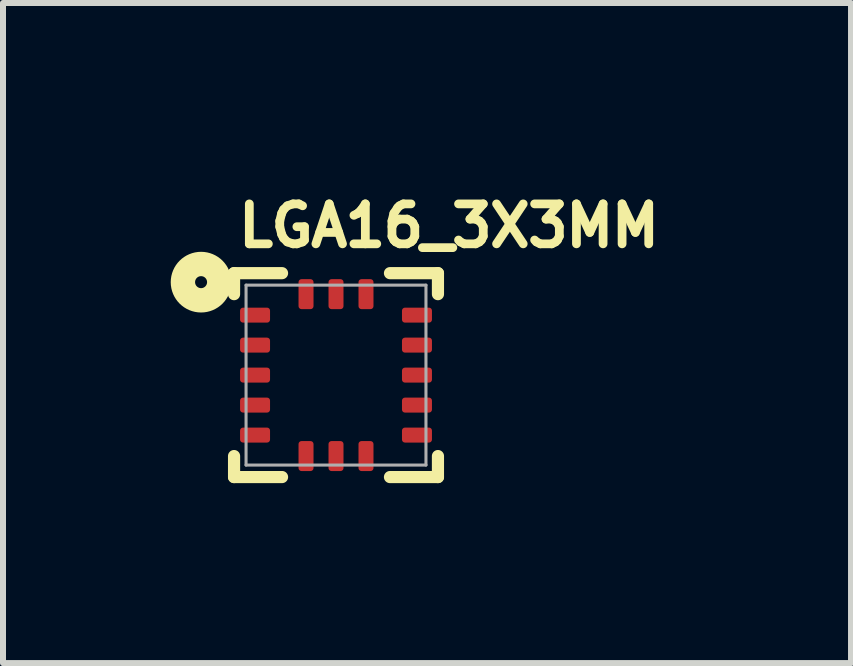
<source format=kicad_pcb>
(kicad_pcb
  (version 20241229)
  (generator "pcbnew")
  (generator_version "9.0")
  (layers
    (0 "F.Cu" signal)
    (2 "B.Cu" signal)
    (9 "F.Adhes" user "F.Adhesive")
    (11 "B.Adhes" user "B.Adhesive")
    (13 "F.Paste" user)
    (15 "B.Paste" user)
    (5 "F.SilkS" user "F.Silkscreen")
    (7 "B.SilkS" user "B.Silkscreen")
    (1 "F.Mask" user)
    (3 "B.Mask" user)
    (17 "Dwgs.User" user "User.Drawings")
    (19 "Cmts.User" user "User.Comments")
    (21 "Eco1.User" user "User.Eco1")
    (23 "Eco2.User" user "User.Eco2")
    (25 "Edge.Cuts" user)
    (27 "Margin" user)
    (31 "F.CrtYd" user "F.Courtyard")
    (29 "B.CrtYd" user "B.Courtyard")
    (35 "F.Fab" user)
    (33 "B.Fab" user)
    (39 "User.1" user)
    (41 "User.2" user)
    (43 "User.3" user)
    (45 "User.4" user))
  (footprint "LGA16_3X3MM"
    (layer "F.Cu")
    (at 2.553 3.205)
    (property "Reference" "LGA16_3X3MM" (at -1.7 -2.1 0) (layer "F.SilkS") (effects (font (size 0.666 0.666) (thickness 0.146)) (justify left bottom)))
    (fp_line (start -1.7 -1.7) (end -1.7 -1.35) (stroke (width 0.203) (type solid)) (layer "F.SilkS"))
    (fp_line (start -1.7 1.7) (end -1.7 1.35) (stroke (width 0.203) (type solid)) (layer "F.SilkS"))
    (fp_line (start -0.9 -1.7) (end -1.7 -1.7) (stroke (width 0.203) (type solid)) (layer "F.SilkS"))
    (fp_line (start -0.9 1.7) (end -1.7 1.7) (stroke (width 0.203) (type solid)) (layer "F.SilkS"))
    (fp_line (start 0.9 -1.7) (end 1.7 -1.7) (stroke (width 0.203) (type solid)) (layer "F.SilkS"))
    (fp_line (start 1.7 -1.7) (end 1.7 -1.35) (stroke (width 0.203) (type solid)) (layer "F.SilkS"))
    (fp_line (start 1.7 1.35) (end 1.7 1.7) (stroke (width 0.203) (type solid)) (layer "F.SilkS"))
    (fp_line (start 1.7 1.7) (end 0.9 1.7) (stroke (width 0.203) (type solid)) (layer "F.SilkS"))
    (fp_circle (center -2.25 -1.55) (end -2.15 -1.55) (stroke (width 0.406) (type solid)) (fill no) (layer "F.SilkS"))
    (fp_line (start -1.5 -1.5) (end 1.5 -1.5) (stroke (width 0.051) (type solid)) (layer "F.Fab"))
    (fp_line (start -1.5 1.5) (end -1.5 -1.5) (stroke (width 0.051) (type solid)) (layer "F.Fab"))
    (fp_line (start 1.5 -1.5) (end 1.5 1.5) (stroke (width 0.051) (type solid)) (layer "F.Fab"))
    (fp_line (start 1.5 1.5) (end -1.5 1.5) (stroke (width 0.051) (type solid)) (layer "F.Fab"))
    (pad "1" smd roundrect (at -1.35 -1) (size 0.5 0.25) (layers "F.Cu" "F.Mask" "F.Paste") (roundrect_rratio 0.2))
    (pad "2" smd roundrect (at -1.35 -0.5) (size 0.5 0.25) (layers "F.Cu" "F.Mask" "F.Paste") (roundrect_rratio 0.2))
    (pad "3" smd roundrect (at -1.35 0) (size 0.5 0.25) (layers "F.Cu" "F.Mask" "F.Paste") (roundrect_rratio 0.2))
    (pad "4" smd roundrect (at -1.35 0.5) (size 0.5 0.25) (layers "F.Cu" "F.Mask" "F.Paste") (roundrect_rratio 0.2))
    (pad "5" smd roundrect (at -1.35 1) (size 0.5 0.25) (layers "F.Cu" "F.Mask" "F.Paste") (roundrect_rratio 0.2))
    (pad "6" smd roundrect (at -0.5 1.35 90) (size 0.5 0.25) (layers "F.Cu" "F.Mask" "F.Paste") (roundrect_rratio 0.2))
    (pad "7" smd roundrect (at 0 1.35 90) (size 0.5 0.25) (layers "F.Cu" "F.Mask" "F.Paste") (roundrect_rratio 0.2))
    (pad "8" smd roundrect (at 0.5 1.35 90) (size 0.5 0.25) (layers "F.Cu" "F.Mask" "F.Paste") (roundrect_rratio 0.2))
    (pad "9" smd roundrect (at 1.35 1 180) (size 0.5 0.25) (layers "F.Cu" "F.Mask" "F.Paste") (roundrect_rratio 0.2))
    (pad "10" smd roundrect (at 1.35 0.5 180) (size 0.5 0.25) (layers "F.Cu" "F.Mask" "F.Paste") (roundrect_rratio 0.2))
    (pad "11" smd roundrect (at 1.35 0 180) (size 0.5 0.25) (layers "F.Cu" "F.Mask" "F.Paste") (roundrect_rratio 0.2))
    (pad "12" smd roundrect (at 1.35 -0.5 180) (size 0.5 0.25) (layers "F.Cu" "F.Mask" "F.Paste") (roundrect_rratio 0.2))
    (pad "13" smd roundrect (at 1.35 -1 180) (size 0.5 0.25) (layers "F.Cu" "F.Mask" "F.Paste") (roundrect_rratio 0.2))
    (pad "14" smd roundrect (at 0.5 -1.35 270) (size 0.5 0.25) (layers "F.Cu" "F.Mask" "F.Paste") (roundrect_rratio 0.2))
    (pad "15" smd roundrect (at 0 -1.35 270) (size 0.5 0.25) (layers "F.Cu" "F.Mask" "F.Paste") (roundrect_rratio 0.2))
    (pad "16" smd roundrect (at -0.5 -1.35 270) (size 0.5 0.25) (layers "F.Cu" "F.Mask" "F.Paste") (roundrect_rratio 0.2)))
  (gr_rect
    (start -3 -3)
    (end 11.141 8.007)
    (stroke (width 0.1) (type default))
    (fill no)
    (layer "Edge.Cuts")))
</source>
